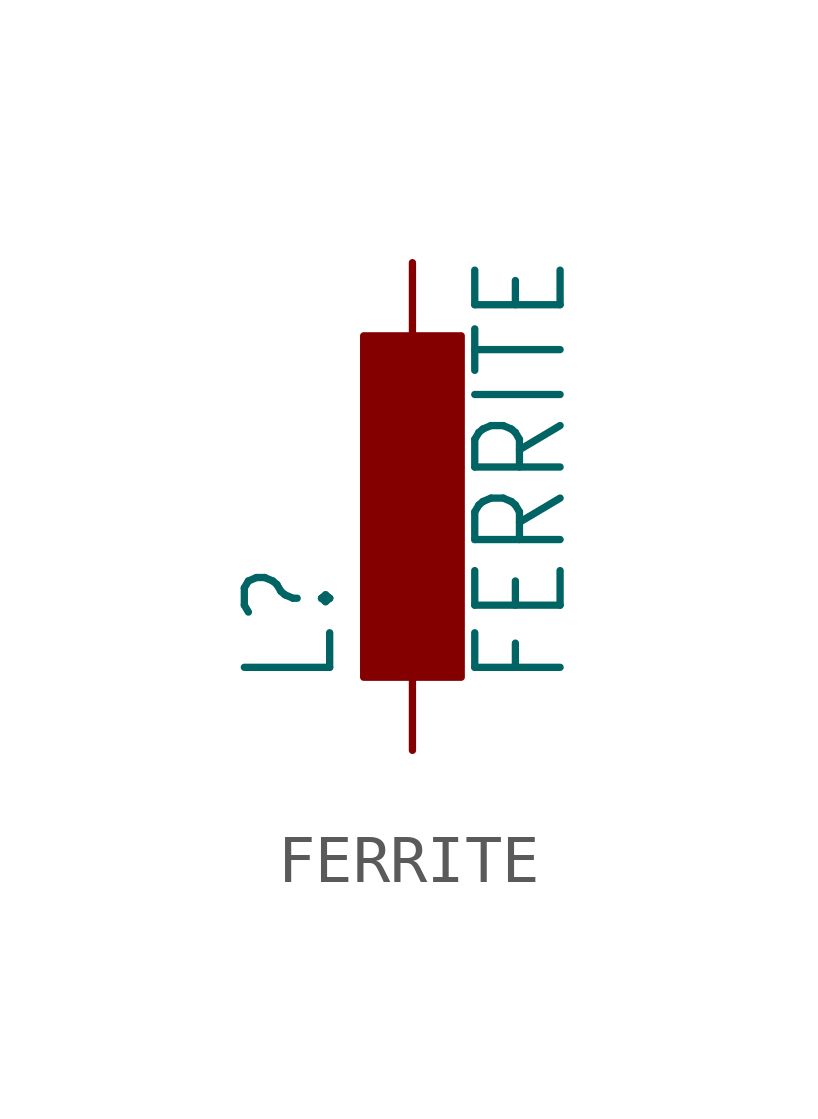
<source format=kicad_sym>
(kicad_symbol_lib
  (version 20201005)
  (generator kicad_symbol_editor)
  (symbol "FERRITE"
    (property "Reference" "L"
      (at -1.499 -3.81 90)
      (effects (font (size 1.778 1.511)) (justify left bottom)))
    (property "Value" "FERRITE"
      (at 3.302 -3.81 90)
      (effects (font (size 1.778 1.511)) (justify left bottom)))
    (property "ki_locked" ""
      (at 0 0 0)
      (effects (font (size 1.27 1.27))))
    (symbol "FERRITE_1_0"
      (rectangle (start -1.016 -3.556) (end 1.016 3.556) (stroke (width 0)) (fill (type outline)))
      (pin passive line (at 0 5.08 270) (length 2.54) (name "1" (effects (font (size 0 0)))) (number "1" (effects (font (size 0 0)))))
      (pin passive line (at 0 -5.08 90) (length 2.54) (name "2" (effects (font (size 0 0)))) (number "2" (effects (font (size 0 0))))))))
</source>
